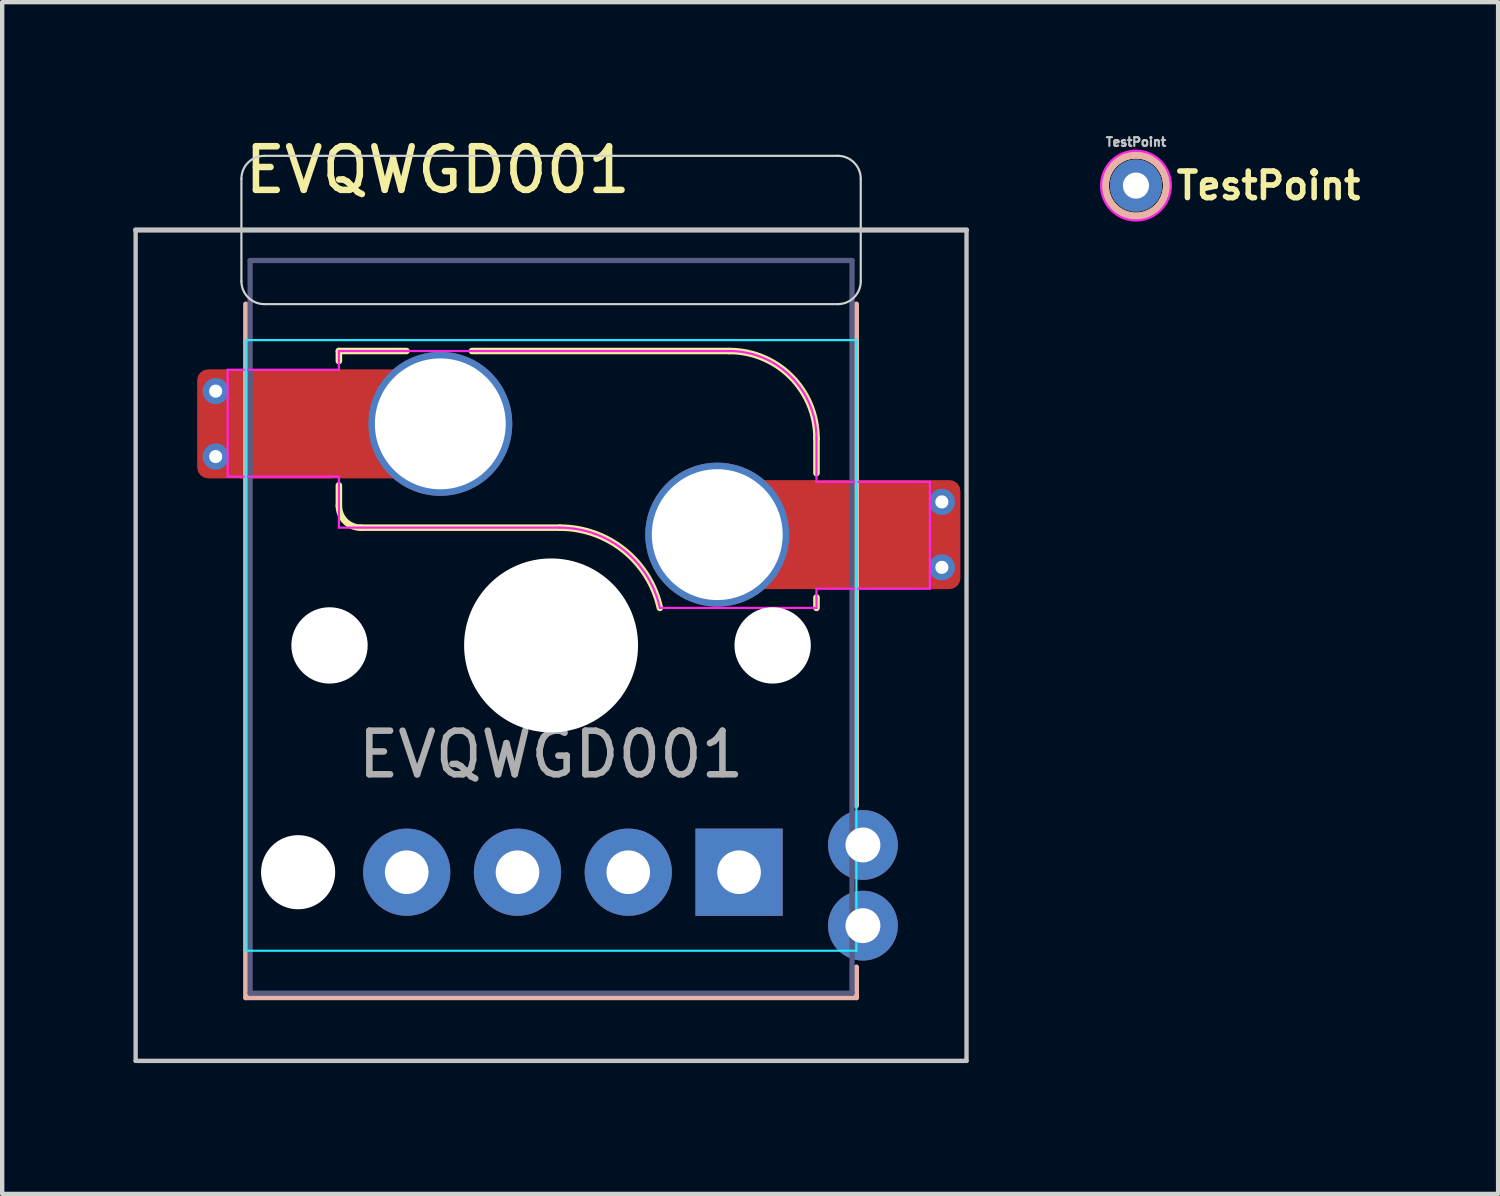
<source format=kicad_pcb>
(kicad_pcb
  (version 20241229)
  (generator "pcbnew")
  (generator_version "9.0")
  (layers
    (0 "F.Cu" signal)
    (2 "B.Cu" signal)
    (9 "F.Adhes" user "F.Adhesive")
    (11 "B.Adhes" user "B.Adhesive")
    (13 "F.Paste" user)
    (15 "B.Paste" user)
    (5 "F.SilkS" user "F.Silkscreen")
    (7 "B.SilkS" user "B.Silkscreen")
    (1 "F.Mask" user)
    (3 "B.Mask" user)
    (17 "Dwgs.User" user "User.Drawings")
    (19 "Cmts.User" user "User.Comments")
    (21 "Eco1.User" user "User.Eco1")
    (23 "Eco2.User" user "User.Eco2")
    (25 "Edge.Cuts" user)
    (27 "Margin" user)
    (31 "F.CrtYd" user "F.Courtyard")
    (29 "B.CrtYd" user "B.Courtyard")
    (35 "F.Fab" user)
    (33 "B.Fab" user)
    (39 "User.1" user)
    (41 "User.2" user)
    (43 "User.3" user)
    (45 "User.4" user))
  (footprint "EVQWGD001"
    (layer "F.Cu")
    (at 9.585 11.748)
    (property "Reference" "EVQWGD001" (at -2.6 -10.9 0) (layer "F.SilkS") (effects (font (size 1 1) (thickness 0.15))))
    (attr through_hole)
    (fp_line (start -4.865 -6.75) (end -4.865 -6.52) (stroke (width 0.15) (type solid)) (layer "F.SilkS"))
    (fp_line (start -4.865 -3.67) (end -4.865 -3.2) (stroke (width 0.15) (type solid)) (layer "F.SilkS"))
    (fp_line (start -4.365 -2.7) (end 0.2 -2.7) (stroke (width 0.15) (type solid)) (layer "F.SilkS"))
    (fp_line (start -3.315 -6.75) (end -4.865 -6.75) (stroke (width 0.15) (type solid)) (layer "F.SilkS"))
    (fp_line (start 4.085 -6.75) (end -1.815 -6.75) (stroke (width 0.15) (type solid)) (layer "F.SilkS"))
    (fp_line (start 6.085 -3.95) (end 6.085 -4.75) (stroke (width 0.15) (type solid)) (layer "F.SilkS"))
    (fp_line (start 6.085 -1.1) (end 6.085 -0.86) (stroke (width 0.15) (type solid)) (layer "F.SilkS"))
    (fp_arc (start -4.364824 -2.70022) (mid -4.718355 -2.846676) (end -4.864824 -3.20022) (stroke (width 0.15) (type solid)) (layer "F.SilkS"))
    (fp_arc (start 0.2 -2.70022) (mid 1.670695 -2.183638) (end 2.494322 -0.86022) (stroke (width 0.15) (type solid)) (layer "F.SilkS"))
    (fp_arc (start 4.085176 -6.75022) (mid 5.499392 -6.164435) (end 6.085176 -4.75022) (stroke (width 0.15) (type solid)) (layer "F.SilkS"))
    (fp_line (start -7 -7.825) (end -7 8.075) (stroke (width 0.12) (type solid)) (layer "B.SilkS"))
    (fp_line (start -7 8.075) (end 7 8.075) (stroke (width 0.12) (type solid)) (layer "B.SilkS"))
    (fp_line (start 7 3.675) (end 7 -7.825) (stroke (width 0.12) (type solid)) (layer "B.SilkS"))
    (fp_line (start 7 8.075) (end 7 7.375) (stroke (width 0.12) (type solid)) (layer "B.SilkS"))
    (fp_line (start -9.525 -9.525) (end -9.525 9.525) (stroke (width 0.1) (type solid)) (layer "Dwgs.User"))
    (fp_line (start -9.525 -9.525) (end 9.525 -9.525) (stroke (width 0.12) (type solid)) (layer "Dwgs.User"))
    (fp_line (start -9.525 9.525) (end 9.525 9.525) (stroke (width 0.1) (type solid)) (layer "Dwgs.User"))
    (fp_line (start 9.525 9.525) (end 9.525 -9.525) (stroke (width 0.1) (type solid)) (layer "Dwgs.User"))
    (fp_line (start -7 -6.5) (end -7 6.5) (stroke (width 0.05) (type solid)) (layer "Eco2.User"))
    (fp_line (start -6.5 7) (end 6.5 7) (stroke (width 0.05) (type solid)) (layer "Eco2.User"))
    (fp_line (start 6.5 -7) (end -6.5 -7) (stroke (width 0.05) (type solid)) (layer "Eco2.User"))
    (fp_line (start 7 6.5) (end 7 -6.5) (stroke (width 0.05) (type solid)) (layer "Eco2.User"))
    (fp_arc (start -7 -6.5) (mid -6.853553 -6.853553) (end -6.5 -7) (stroke (width 0.05) (type solid)) (layer "Eco2.User"))
    (fp_arc (start -6.497236 6.998884) (mid -6.850787 6.852436) (end -6.997236 6.498884) (stroke (width 0.05) (type solid)) (layer "Eco2.User"))
    (fp_arc (start 6.5 -7) (mid 6.853553 -6.853553) (end 7 -6.5) (stroke (width 0.05) (type solid)) (layer "Eco2.User"))
    (fp_arc (start 7 6.5) (mid 6.853553 6.853553) (end 6.5 7) (stroke (width 0.05) (type solid)) (layer "Eco2.User"))
    (fp_line (start -7.1 -8.35) (end -7.1 -10.7) (stroke (width 0.05) (type solid)) (layer "Edge.Cuts"))
    (fp_line (start -6.575 -11.225) (end 6.575 -11.225) (stroke (width 0.05) (type solid)) (layer "Edge.Cuts"))
    (fp_line (start 6.575 -7.825) (end -6.575 -7.825) (stroke (width 0.05) (type solid)) (layer "Edge.Cuts"))
    (fp_line (start 7.1 -10.7) (end 7.1 -8.35) (stroke (width 0.05) (type solid)) (layer "Edge.Cuts"))
    (fp_arc (start -7.1 -10.7) (mid -6.946231 -11.071231) (end -6.575 -11.225) (stroke (width 0.05) (type solid)) (layer "Edge.Cuts"))
    (fp_arc (start -6.575 -7.825) (mid -6.946231 -7.978769) (end -7.1 -8.35) (stroke (width 0.05) (type solid)) (layer "Edge.Cuts"))
    (fp_arc (start 6.575 -11.225) (mid 6.946231 -11.071231) (end 7.1 -10.7) (stroke (width 0.05) (type solid)) (layer "Edge.Cuts"))
    (fp_arc (start 7.1 -8.35) (mid 6.946231 -7.978769) (end 6.575 -7.825) (stroke (width 0.05) (type solid)) (layer "Edge.Cuts"))
    (fp_line (start -7 -7) (end 7 -7) (stroke (width 0.05) (type solid)) (layer "B.CrtYd"))
    (fp_line (start -7 7) (end -7 -7) (stroke (width 0.05) (type solid)) (layer "B.CrtYd"))
    (fp_line (start 7 -7) (end 7 7) (stroke (width 0.05) (type solid)) (layer "B.CrtYd"))
    (fp_line (start 7 7) (end -7 7) (stroke (width 0.05) (type solid)) (layer "B.CrtYd"))
    (fp_line (start -7.415 -6.32) (end -4.865 -6.32) (stroke (width 0.05) (type solid)) (layer "F.CrtYd"))
    (fp_line (start -7.415 -3.87) (end -7.415 -6.32) (stroke (width 0.05) (type solid)) (layer "F.CrtYd"))
    (fp_line (start -4.865 -6.75) (end -4.865 -6.32) (stroke (width 0.05) (type solid)) (layer "F.CrtYd"))
    (fp_line (start -4.865 -3.87) (end -7.415 -3.87) (stroke (width 0.05) (type solid)) (layer "F.CrtYd"))
    (fp_line (start -4.865 -3.87) (end -4.865 -2.7) (stroke (width 0.05) (type solid)) (layer "F.CrtYd"))
    (fp_line (start -4.865 -2.7) (end 0.2 -2.7) (stroke (width 0.05) (type solid)) (layer "F.CrtYd"))
    (fp_line (start 4.085 -6.75) (end -4.865 -6.75) (stroke (width 0.05) (type solid)) (layer "F.CrtYd"))
    (fp_line (start 6.085 -3.75) (end 6.085 -4.75) (stroke (width 0.05) (type solid)) (layer "F.CrtYd"))
    (fp_line (start 6.085 -3.75) (end 8.685 -3.75) (stroke (width 0.05) (type solid)) (layer "F.CrtYd"))
    (fp_line (start 6.085 -1.3) (end 6.085 -0.86) (stroke (width 0.05) (type solid)) (layer "F.CrtYd"))
    (fp_line (start 6.085 -0.86) (end 2.494 -0.86) (stroke (width 0.05) (type solid)) (layer "F.CrtYd"))
    (fp_line (start 8.685 -3.75) (end 8.685 -1.3) (stroke (width 0.05) (type solid)) (layer "F.CrtYd"))
    (fp_line (start 8.685 -1.3) (end 6.085 -1.3) (stroke (width 0.05) (type solid)) (layer "F.CrtYd"))
    (fp_arc (start 0.2 -2.70022) (mid 1.670505 -2.1834) (end 2.494322 -0.86022) (stroke (width 0.05) (type solid)) (layer "F.CrtYd"))
    (fp_arc (start 4.085176 -6.75022) (mid 5.499392 -6.164435) (end 6.085176 -4.75022) (stroke (width 0.05) (type solid)) (layer "F.CrtYd"))
    (fp_line (start -6.9 -8.825) (end -6.9 7.975) (stroke (width 0.12) (type solid)) (layer "B.Fab"))
    (fp_line (start -6.9 7.975) (end 6.9 7.975) (stroke (width 0.12) (type solid)) (layer "B.Fab"))
    (fp_line (start 6.9 -8.825) (end -6.9 -8.825) (stroke (width 0.12) (type solid)) (layer "B.Fab"))
    (fp_line (start 6.9 7.975) (end 6.9 -8.825) (stroke (width 0.12) (type solid)) (layer "B.Fab"))
    (fp_text user "${REFERENCE}" (at 0 2.5 0) (unlocked yes) (layer "F.Fab") (effects (font (size 1 1) (thickness 0.15))))
    (pad "" np_thru_hole circle (at -5.8 5.2 270) (size 1.7 1.7) (drill 1.7) (layers "*.Cu" "*.Mask"))
    (pad "" np_thru_hole circle (at -5.08 0) (size 1.75 1.75) (drill 1.75) (layers "*.Cu" "*.Mask"))
    (pad "" np_thru_hole circle (at 0 0) (size 3.988 3.988) (drill 3.988) (layers "*.Cu" "*.Mask"))
    (pad "" np_thru_hole circle (at 5.08 0) (size 1.75 1.75) (drill 1.75) (layers "*.Cu" "*.Mask"))
    (pad "1" thru_hole circle (at 3.81 -2.54) (size 3.3 3.3) (drill 3) (layers "*.Cu" "*.Mask"))
    (pad "1" smd roundrect (at 7.018 -2.54) (size 4.735 2.5) (layers "F.Cu") (roundrect_rratio 0.1))
    (pad "1" thru_hole circle (at 7.15 6.425 270) (size 1.6 1.6) (drill 0.8) (layers "*.Cu" "*.Mask"))
    (pad "1" smd roundrect (at 7.36 -2.54) (size 2.55 2.5) (layers "F.Cu" "F.Mask" "F.Paste") (roundrect_rratio 0.1))
    (pad "1" thru_hole circle (at 8.96 -3.29) (size 0.6 0.6) (drill 0.3) (layers "*.Cu"))
    (pad "1" thru_hole circle (at 8.96 -1.79) (size 0.6 0.6) (drill 0.3) (layers "*.Cu"))
    (pad "2" thru_hole circle (at -7.69 -5.83) (size 0.6 0.6) (drill 0.3) (layers "*.Cu"))
    (pad "2" thru_hole circle (at -7.69 -4.33) (size 0.6 0.6) (drill 0.3) (layers "*.Cu"))
    (pad "2" smd roundrect (at -6.09 -5.08) (size 2.55 2.5) (layers "F.Cu" "F.Mask" "F.Paste") (roundrect_rratio 0.1))
    (pad "2" smd roundrect (at -5.732 -5.08) (size 4.765 2.5) (layers "F.Cu") (roundrect_rratio 0.1))
    (pad "2" thru_hole circle (at -2.54 -5.08) (size 3.3 3.3) (drill 3) (layers "*.Cu" "*.Mask"))
    (pad "2" thru_hole circle (at 7.15 4.575 270) (size 1.6 1.6) (drill 0.8) (layers "*.Cu" "*.Mask"))
    (pad "A" thru_hole rect (at 4.31 5.2 270) (size 2 2) (drill 1) (layers "*.Cu" "*.Mask"))
    (pad "B" thru_hole circle (at 1.77 5.2 270) (size 2 2) (drill 1) (layers "*.Cu" "*.Mask"))
    (pad "C" thru_hole circle (at -0.77 5.2 270) (size 2 2) (drill 1) (layers "*.Cu" "*.Mask"))
    (pad "D" thru_hole circle (at -3.31 5.2 270) (size 2 2) (drill 1) (layers "*.Cu" "*.Mask")))
  (footprint "TestPoint"
    (layer "F.Cu")
    (at 22.995 1.205)
    (property "Reference" "TestPoint" (at 0 -1 0) (layer "Dwgs.User") (effects (font (size 0.2 0.2) (thickness 0.05))))
    (property "Value" "TestPoint" (at 0 1 0) (layer "F.Fab") (hide yes) (effects (font (size 0.2 0.2) (thickness 0.05))))
    (attr exclude_from_pos_files exclude_from_bom)
    (fp_circle (center 0 0) (end 0.7 0) (stroke (width 0.16) (type solid)) (fill no) (layer "F.SilkS"))
    (fp_circle (center 0 0) (end 0.7 0) (stroke (width 0.16) (type solid)) (fill no) (layer "B.SilkS"))
    (fp_circle (center 0 0) (end 0.8 0) (stroke (width 0.05) (type solid)) (fill no) (layer "F.CrtYd"))
    (fp_text user "${VALUE}" (at 0.864 0 0) (layer "F.SilkS") (effects (font (size 0.61 0.61) (thickness 0.127)) (justify left)))
    (pad "1" thru_hole circle (at 0 0) (size 1.2 1.2) (drill 0.6) (layers "*.Cu" "*.Mask")))
  (gr_rect
    (start -3 -3)
    (end 31.298 24.323)
    (stroke (width 0.1) (type default))
    (fill no)
    (layer "Edge.Cuts")))
</source>
